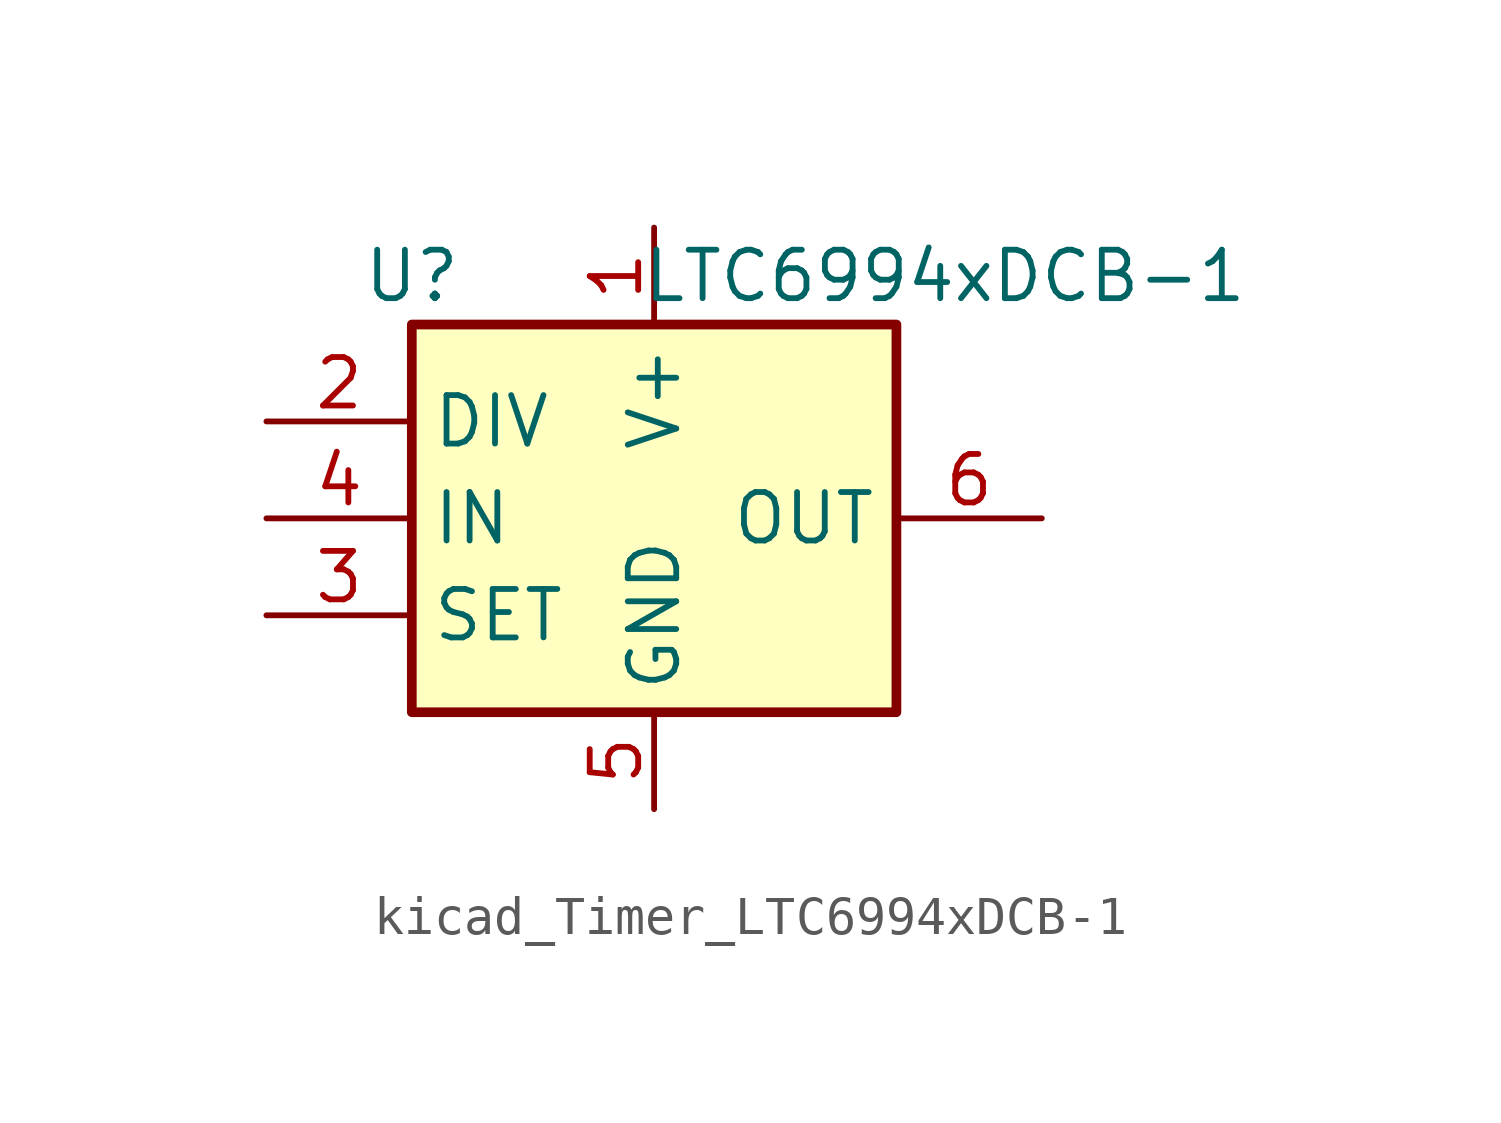
<source format=kicad_sym>
(kicad_symbol_lib
  (version 20220914)
  (generator kicad_symbol_editor)
  (symbol "kicad_Timer_LTC6994xDCB-1"
    (property "Reference" "U"
      (at -6.35 6.35 0)
      (effects (font (size 1.27 1.27))))
    (property "Value" "LTC6994xDCB-1"
      (at 7.62 6.35 0)
      (effects (font (size 1.27 1.27))))
    (symbol "kicad_Timer_LTC6994xDCB-1_0_1"
      (rectangle (start -6.35 5.08) (end 6.35 -5.08) (stroke (width 0.254) (type default)) (fill (type background))))
    (symbol "kicad_Timer_LTC6994xDCB-1_1_1"
      (pin power_in line (at 0 7.62 270) (length 2.54) (name "V+" (effects (font (size 1.27 1.27)))) (number "1" (effects (font (size 1.27 1.27)))))
      (pin input line (at -10.16 2.54 0) (length 3.81) (name "DIV" (effects (font (size 1.27 1.27)))) (number "2" (effects (font (size 1.27 1.27)))))
      (pin passive line (at -10.16 -2.54 0) (length 3.81) (name "SET" (effects (font (size 1.27 1.27)))) (number "3" (effects (font (size 1.27 1.27)))))
      (pin input line (at -10.16 0 0) (length 3.81) (name "IN" (effects (font (size 1.27 1.27)))) (number "4" (effects (font (size 1.27 1.27)))))
      (pin power_in line (at 0 -7.62 90) (length 2.54) (name "GND" (effects (font (size 1.27 1.27)))) (number "5" (effects (font (size 1.27 1.27)))))
      (pin output line (at 10.16 0 180) (length 3.81) (name "OUT" (effects (font (size 1.27 1.27)))) (number "6" (effects (font (size 1.27 1.27))))))))
</source>
